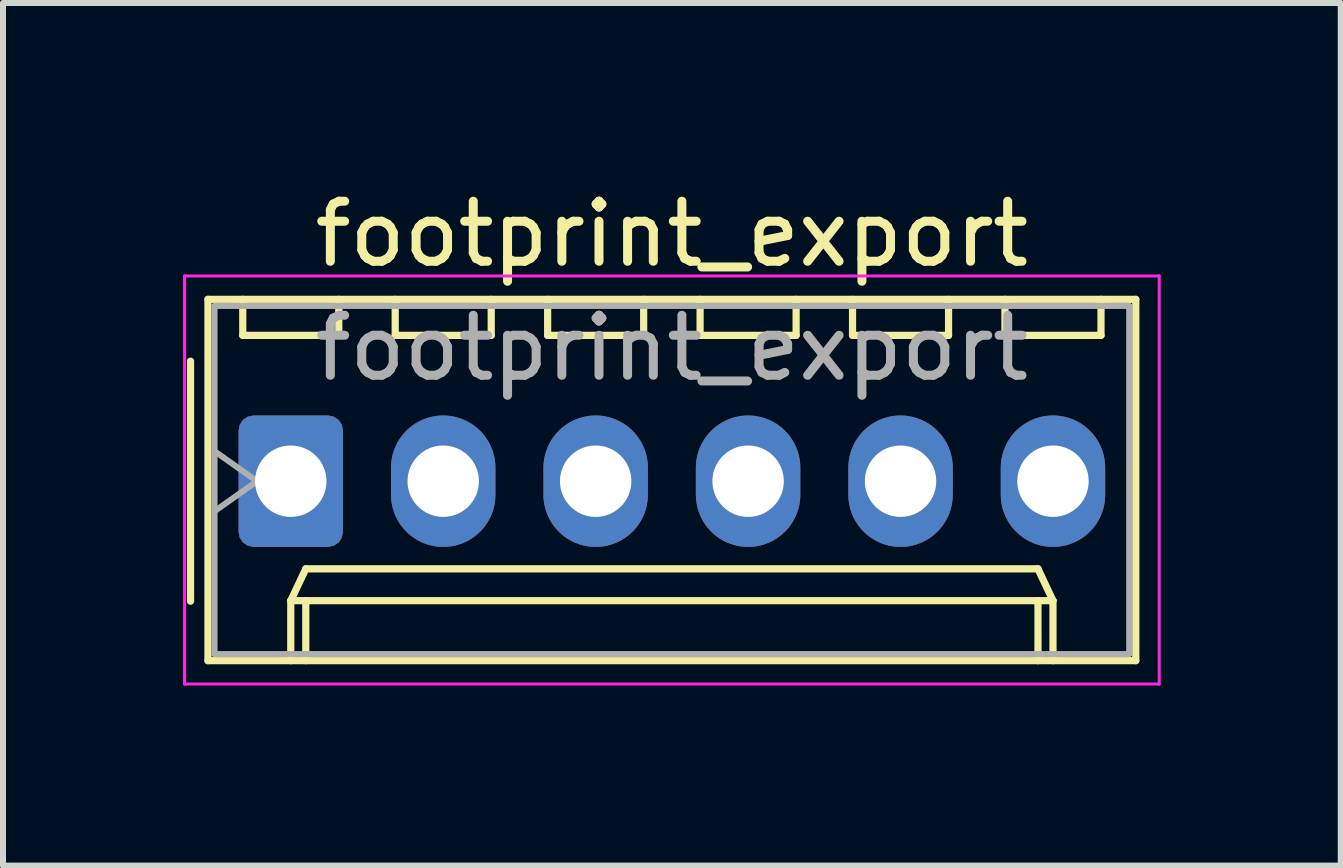
<source format=kicad_pcb>
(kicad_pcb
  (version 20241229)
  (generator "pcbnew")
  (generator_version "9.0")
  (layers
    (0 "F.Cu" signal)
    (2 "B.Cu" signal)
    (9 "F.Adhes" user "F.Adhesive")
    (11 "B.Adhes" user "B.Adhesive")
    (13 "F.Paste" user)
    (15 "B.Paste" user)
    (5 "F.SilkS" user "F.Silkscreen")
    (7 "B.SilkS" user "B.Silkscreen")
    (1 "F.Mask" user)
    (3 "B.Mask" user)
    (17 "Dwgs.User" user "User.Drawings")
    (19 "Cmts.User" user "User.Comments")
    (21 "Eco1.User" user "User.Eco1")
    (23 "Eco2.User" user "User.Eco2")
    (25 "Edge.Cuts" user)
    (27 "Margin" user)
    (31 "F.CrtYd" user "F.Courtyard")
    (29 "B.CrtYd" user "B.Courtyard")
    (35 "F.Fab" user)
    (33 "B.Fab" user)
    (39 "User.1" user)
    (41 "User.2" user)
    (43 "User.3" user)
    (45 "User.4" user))
  (footprint "footprint_export"
    (layer "F.Cu")
    (at 1.795 4.968)
    (property "Reference" "footprint_export" (at 6.35 -4.12 0) (layer "F.SilkS") (effects (font (size 1 1) (thickness 0.15))))
    (attr through_hole)
    (fp_line (start -1.67 -2) (end -1.67 2) (stroke (width 0.12) (type solid)) (layer "F.SilkS"))
    (fp_line (start -1.38 -3.03) (end -1.38 2.99) (stroke (width 0.12) (type solid)) (layer "F.SilkS"))
    (fp_line (start -1.38 2.99) (end 14.08 2.99) (stroke (width 0.12) (type solid)) (layer "F.SilkS"))
    (fp_line (start -0.8 -3.03) (end -0.8 -2.43) (stroke (width 0.12) (type solid)) (layer "F.SilkS"))
    (fp_line (start -0.8 -2.43) (end 0.8 -2.43) (stroke (width 0.12) (type solid)) (layer "F.SilkS"))
    (fp_line (start 0 1.99) (end 0.25 1.46) (stroke (width 0.12) (type solid)) (layer "F.SilkS"))
    (fp_line (start 0 1.99) (end 12.7 1.99) (stroke (width 0.12) (type solid)) (layer "F.SilkS"))
    (fp_line (start 0 2.99) (end 0 1.99) (stroke (width 0.12) (type solid)) (layer "F.SilkS"))
    (fp_line (start 0.25 1.46) (end 12.45 1.46) (stroke (width 0.12) (type solid)) (layer "F.SilkS"))
    (fp_line (start 0.25 2.99) (end 0.25 1.99) (stroke (width 0.12) (type solid)) (layer "F.SilkS"))
    (fp_line (start 0.8 -2.43) (end 0.8 -3.03) (stroke (width 0.12) (type solid)) (layer "F.SilkS"))
    (fp_line (start 1.74 -3.03) (end 1.74 -2.43) (stroke (width 0.12) (type solid)) (layer "F.SilkS"))
    (fp_line (start 1.74 -2.43) (end 3.34 -2.43) (stroke (width 0.12) (type solid)) (layer "F.SilkS"))
    (fp_line (start 3.34 -2.43) (end 3.34 -3.03) (stroke (width 0.12) (type solid)) (layer "F.SilkS"))
    (fp_line (start 4.28 -3.03) (end 4.28 -2.43) (stroke (width 0.12) (type solid)) (layer "F.SilkS"))
    (fp_line (start 4.28 -2.43) (end 5.88 -2.43) (stroke (width 0.12) (type solid)) (layer "F.SilkS"))
    (fp_line (start 5.88 -2.43) (end 5.88 -3.03) (stroke (width 0.12) (type solid)) (layer "F.SilkS"))
    (fp_line (start 6.82 -3.03) (end 6.82 -2.43) (stroke (width 0.12) (type solid)) (layer "F.SilkS"))
    (fp_line (start 6.82 -2.43) (end 8.42 -2.43) (stroke (width 0.12) (type solid)) (layer "F.SilkS"))
    (fp_line (start 8.42 -2.43) (end 8.42 -3.03) (stroke (width 0.12) (type solid)) (layer "F.SilkS"))
    (fp_line (start 9.36 -3.03) (end 9.36 -2.43) (stroke (width 0.12) (type solid)) (layer "F.SilkS"))
    (fp_line (start 9.36 -2.43) (end 10.96 -2.43) (stroke (width 0.12) (type solid)) (layer "F.SilkS"))
    (fp_line (start 10.96 -2.43) (end 10.96 -3.03) (stroke (width 0.12) (type solid)) (layer "F.SilkS"))
    (fp_line (start 11.9 -3.03) (end 11.9 -2.43) (stroke (width 0.12) (type solid)) (layer "F.SilkS"))
    (fp_line (start 11.9 -2.43) (end 13.5 -2.43) (stroke (width 0.12) (type solid)) (layer "F.SilkS"))
    (fp_line (start 12.45 1.46) (end 12.7 1.99) (stroke (width 0.12) (type solid)) (layer "F.SilkS"))
    (fp_line (start 12.45 2.99) (end 12.45 1.99) (stroke (width 0.12) (type solid)) (layer "F.SilkS"))
    (fp_line (start 12.7 1.99) (end 12.7 2.99) (stroke (width 0.12) (type solid)) (layer "F.SilkS"))
    (fp_line (start 13.5 -2.43) (end 13.5 -3.03) (stroke (width 0.12) (type solid)) (layer "F.SilkS"))
    (fp_line (start 14.08 -3.03) (end -1.38 -3.03) (stroke (width 0.12) (type solid)) (layer "F.SilkS"))
    (fp_line (start 14.08 2.99) (end 14.08 -3.03) (stroke (width 0.12) (type solid)) (layer "F.SilkS"))
    (fp_line (start -1.77 -3.42) (end -1.77 3.38) (stroke (width 0.05) (type solid)) (layer "F.CrtYd"))
    (fp_line (start -1.77 3.38) (end 14.47 3.38) (stroke (width 0.05) (type solid)) (layer "F.CrtYd"))
    (fp_line (start 14.47 -3.42) (end -1.77 -3.42) (stroke (width 0.05) (type solid)) (layer "F.CrtYd"))
    (fp_line (start 14.47 3.38) (end 14.47 -3.42) (stroke (width 0.05) (type solid)) (layer "F.CrtYd"))
    (fp_line (start -1.27 -2.92) (end -1.27 2.88) (stroke (width 0.1) (type solid)) (layer "F.Fab"))
    (fp_line (start -1.27 -0.5) (end -0.563 0) (stroke (width 0.1) (type solid)) (layer "F.Fab"))
    (fp_line (start -1.27 2.88) (end 13.97 2.88) (stroke (width 0.1) (type solid)) (layer "F.Fab"))
    (fp_line (start -0.563 0) (end -1.27 0.5) (stroke (width 0.1) (type solid)) (layer "F.Fab"))
    (fp_line (start 13.97 -2.92) (end -1.27 -2.92) (stroke (width 0.1) (type solid)) (layer "F.Fab"))
    (fp_line (start 13.97 2.88) (end 13.97 -2.92) (stroke (width 0.1) (type solid)) (layer "F.Fab"))
    (fp_text user "${REFERENCE}" (at 6.35 -2.22 0) (layer "F.Fab") (effects (font (size 1 1) (thickness 0.15))))
    (pad "1" thru_hole roundrect (at 0 0) (size 1.74 2.19) (drill 1.19) (layers "*.Cu" "*.Mask") (roundrect_rratio 0.144))
    (pad "2" thru_hole oval (at 2.54 0) (size 1.74 2.19) (drill 1.19) (layers "*.Cu" "*.Mask"))
    (pad "3" thru_hole oval (at 5.08 0) (size 1.74 2.19) (drill 1.19) (layers "*.Cu" "*.Mask"))
    (pad "4" thru_hole oval (at 7.62 0) (size 1.74 2.19) (drill 1.19) (layers "*.Cu" "*.Mask"))
    (pad "5" thru_hole oval (at 10.16 0) (size 1.74 2.19) (drill 1.19) (layers "*.Cu" "*.Mask"))
    (pad "6" thru_hole oval (at 12.7 0) (size 1.74 2.19) (drill 1.19) (layers "*.Cu" "*.Mask")))
  (gr_rect
    (start -3 -3)
    (end 19.29 11.373)
    (stroke (width 0.1) (type default))
    (fill no)
    (layer "Edge.Cuts")))
</source>
